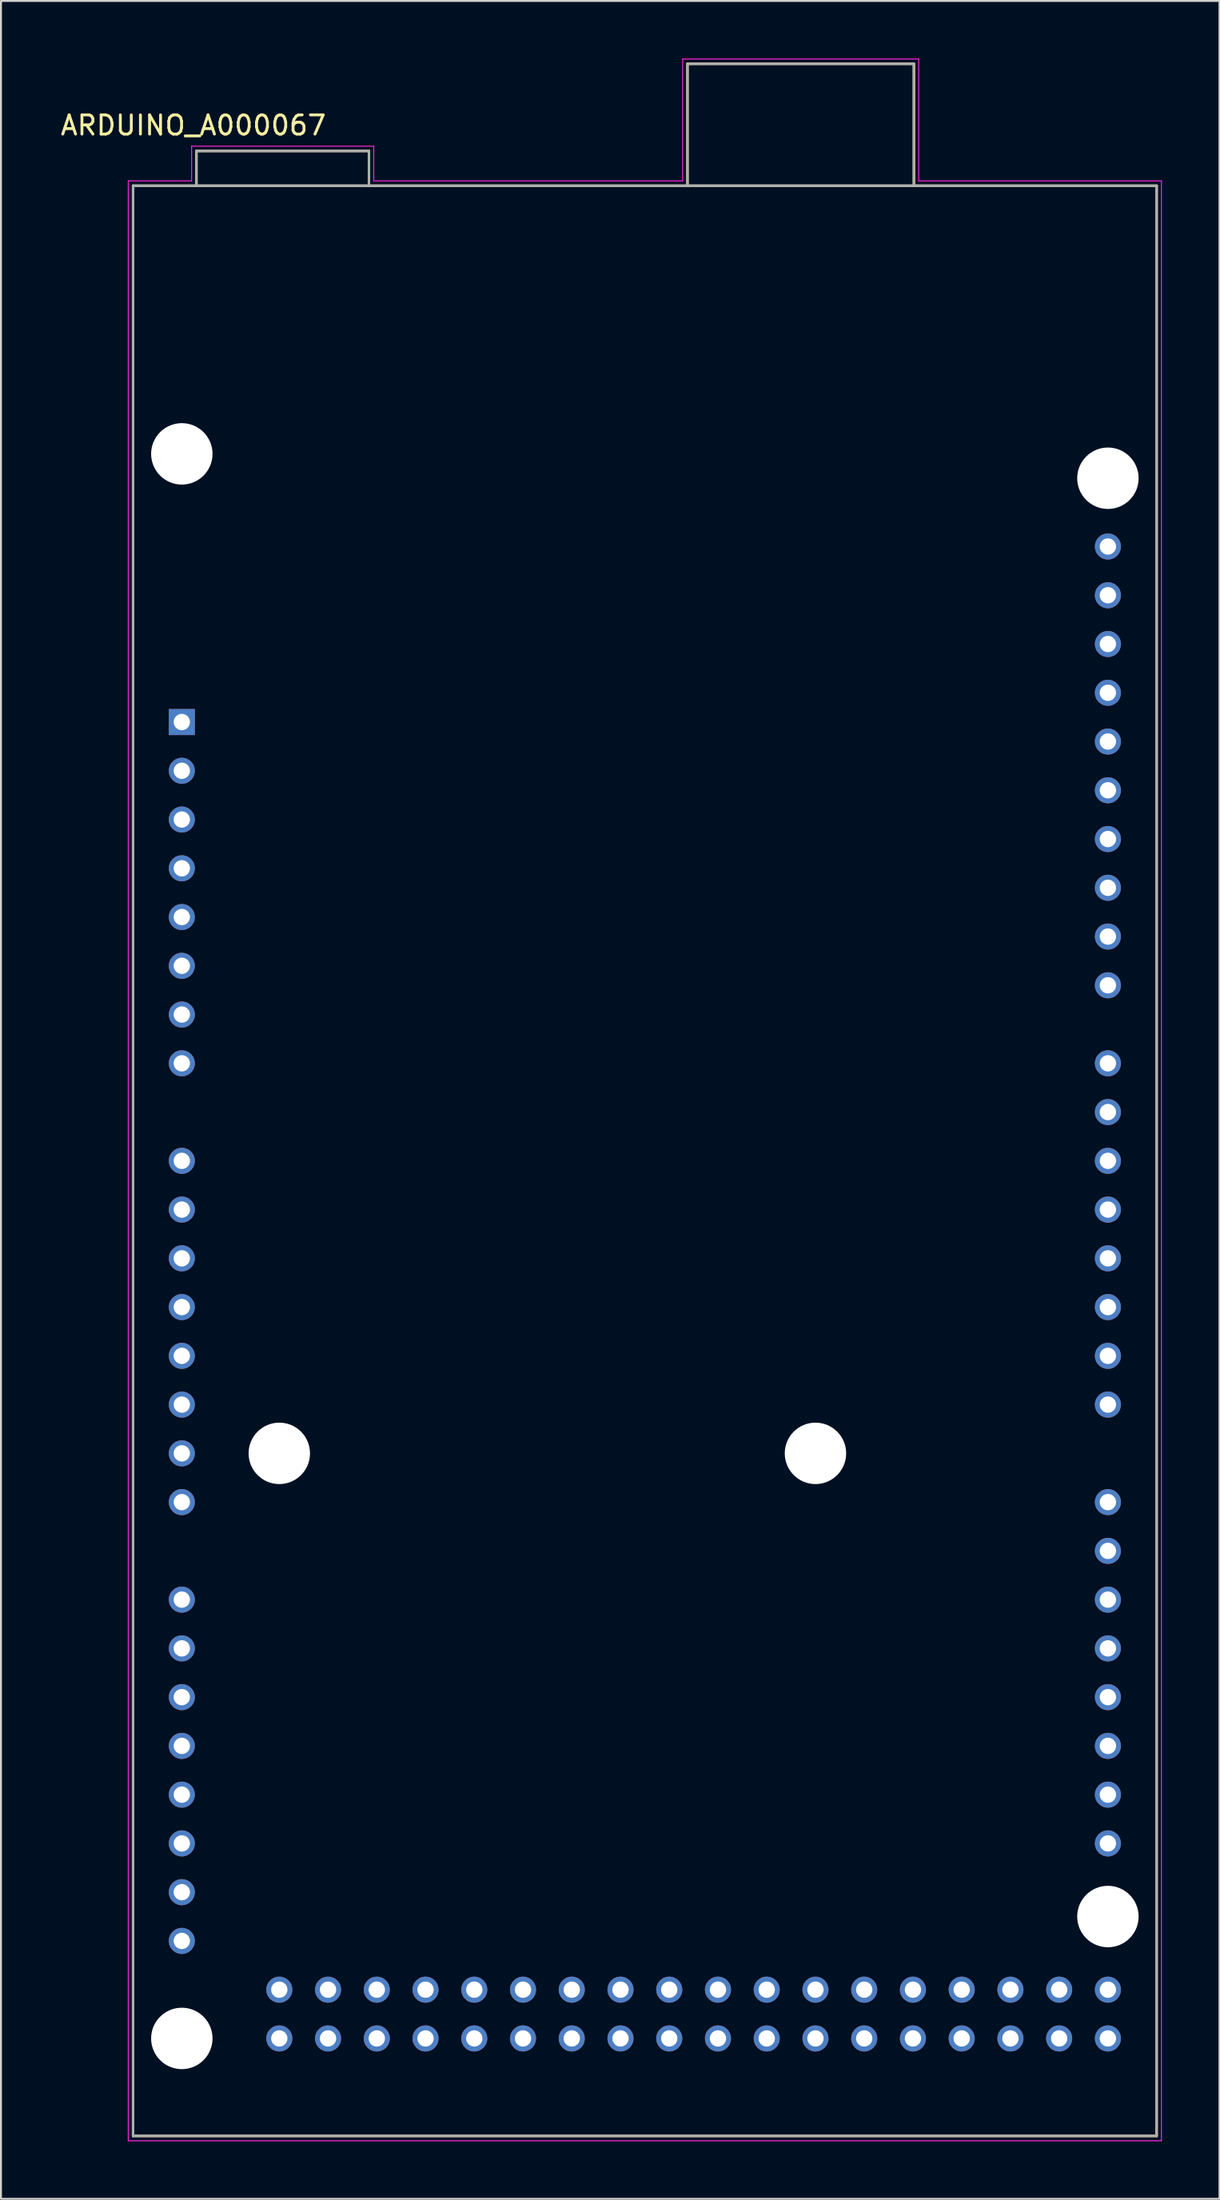
<source format=kicad_pcb>
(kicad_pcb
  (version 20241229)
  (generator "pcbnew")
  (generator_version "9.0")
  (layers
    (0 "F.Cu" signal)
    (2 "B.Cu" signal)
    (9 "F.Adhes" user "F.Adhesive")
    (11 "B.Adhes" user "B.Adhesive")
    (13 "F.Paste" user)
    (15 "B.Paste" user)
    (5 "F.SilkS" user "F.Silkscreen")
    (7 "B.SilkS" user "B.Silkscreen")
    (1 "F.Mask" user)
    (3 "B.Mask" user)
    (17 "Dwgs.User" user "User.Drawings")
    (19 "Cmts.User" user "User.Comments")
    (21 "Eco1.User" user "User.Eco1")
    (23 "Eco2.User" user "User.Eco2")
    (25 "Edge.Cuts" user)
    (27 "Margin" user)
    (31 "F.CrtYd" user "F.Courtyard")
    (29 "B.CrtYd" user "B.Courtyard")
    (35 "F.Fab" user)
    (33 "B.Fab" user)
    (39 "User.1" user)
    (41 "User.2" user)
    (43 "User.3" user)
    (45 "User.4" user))
  (footprint "ARDUINO_A000067"
    (layer "F.Cu")
    (at 30.555 57.425)
    (property "Reference" "ARDUINO_A000067" (at -23.525 -53.945 0) (layer "F.SilkS") (effects (font (size 1 1) (thickness 0.15))))
    (attr through_hole)
    (fp_line (start -26.67 -50.8) (end -23.37 -50.8) (stroke (width 0.127) (type solid)) (layer "F.SilkS"))
    (fp_line (start -26.67 50.8) (end -26.67 -50.8) (stroke (width 0.127) (type solid)) (layer "F.SilkS"))
    (fp_line (start -23.37 -52.61) (end -14.378 -52.61) (stroke (width 0.127) (type solid)) (layer "F.SilkS"))
    (fp_line (start -23.37 -50.8) (end -23.37 -52.61) (stroke (width 0.127) (type solid)) (layer "F.SilkS"))
    (fp_line (start -23.37 -50.8) (end -14.378 -50.8) (stroke (width 0.127) (type solid)) (layer "F.SilkS"))
    (fp_line (start -14.378 -52.61) (end -14.378 -50.8) (stroke (width 0.127) (type solid)) (layer "F.SilkS"))
    (fp_line (start -14.378 -50.8) (end 2.22 -50.8) (stroke (width 0.127) (type solid)) (layer "F.SilkS"))
    (fp_line (start 2.22 -57.15) (end 2.22 -50.8) (stroke (width 0.127) (type solid)) (layer "F.SilkS"))
    (fp_line (start 2.22 -50.8) (end 14.02 -50.8) (stroke (width 0.127) (type solid)) (layer "F.SilkS"))
    (fp_line (start 14.02 -57.15) (end 2.22 -57.15) (stroke (width 0.127) (type solid)) (layer "F.SilkS"))
    (fp_line (start 14.02 -50.8) (end 14.02 -57.15) (stroke (width 0.127) (type solid)) (layer "F.SilkS"))
    (fp_line (start 14.02 -50.8) (end 26.67 -50.8) (stroke (width 0.127) (type solid)) (layer "F.SilkS"))
    (fp_line (start 26.67 -50.8) (end 26.67 50.8) (stroke (width 0.127) (type solid)) (layer "F.SilkS"))
    (fp_line (start 26.67 50.8) (end -26.67 50.8) (stroke (width 0.127) (type solid)) (layer "F.SilkS"))
    (fp_line (start -26.92 -51.05) (end -23.62 -51.05) (stroke (width 0.05) (type solid)) (layer "F.CrtYd"))
    (fp_line (start -26.92 51.05) (end -26.92 -51.05) (stroke (width 0.05) (type solid)) (layer "F.CrtYd"))
    (fp_line (start -23.62 -52.86) (end -14.128 -52.86) (stroke (width 0.05) (type solid)) (layer "F.CrtYd"))
    (fp_line (start -23.62 -51.05) (end -23.62 -52.86) (stroke (width 0.05) (type solid)) (layer "F.CrtYd"))
    (fp_line (start -14.128 -52.86) (end -14.128 -51.05) (stroke (width 0.05) (type solid)) (layer "F.CrtYd"))
    (fp_line (start -14.128 -51.05) (end 1.97 -51.05) (stroke (width 0.05) (type solid)) (layer "F.CrtYd"))
    (fp_line (start 1.97 -57.4) (end 14.27 -57.4) (stroke (width 0.05) (type solid)) (layer "F.CrtYd"))
    (fp_line (start 1.97 -51.05) (end 1.97 -57.4) (stroke (width 0.05) (type solid)) (layer "F.CrtYd"))
    (fp_line (start 14.27 -57.4) (end 14.27 -51.05) (stroke (width 0.05) (type solid)) (layer "F.CrtYd"))
    (fp_line (start 14.27 -51.05) (end 26.92 -51.05) (stroke (width 0.05) (type solid)) (layer "F.CrtYd"))
    (fp_line (start 26.92 -51.05) (end 26.92 51.05) (stroke (width 0.05) (type solid)) (layer "F.CrtYd"))
    (fp_line (start 26.92 51.05) (end -26.92 51.05) (stroke (width 0.05) (type solid)) (layer "F.CrtYd"))
    (fp_line (start -26.67 -50.8) (end -23.37 -50.8) (stroke (width 0.127) (type solid)) (layer "F.Fab"))
    (fp_line (start -26.67 50.8) (end -26.67 -50.8) (stroke (width 0.127) (type solid)) (layer "F.Fab"))
    (fp_line (start -23.37 -52.61) (end -14.378 -52.61) (stroke (width 0.127) (type solid)) (layer "F.Fab"))
    (fp_line (start -23.37 -50.8) (end -23.37 -52.61) (stroke (width 0.127) (type solid)) (layer "F.Fab"))
    (fp_line (start -23.37 -50.8) (end -14.378 -50.8) (stroke (width 0.127) (type solid)) (layer "F.Fab"))
    (fp_line (start -14.378 -52.61) (end -14.378 -50.8) (stroke (width 0.127) (type solid)) (layer "F.Fab"))
    (fp_line (start -14.378 -50.8) (end 2.22 -50.8) (stroke (width 0.127) (type solid)) (layer "F.Fab"))
    (fp_line (start 2.22 -57.15) (end 2.22 -50.8) (stroke (width 0.127) (type solid)) (layer "F.Fab"))
    (fp_line (start 2.22 -50.8) (end 14.02 -50.8) (stroke (width 0.127) (type solid)) (layer "F.Fab"))
    (fp_line (start 14.02 -57.15) (end 2.22 -57.15) (stroke (width 0.127) (type solid)) (layer "F.Fab"))
    (fp_line (start 14.02 -50.8) (end 14.02 -57.15) (stroke (width 0.127) (type solid)) (layer "F.Fab"))
    (fp_line (start 14.02 -50.8) (end 26.67 -50.8) (stroke (width 0.127) (type solid)) (layer "F.Fab"))
    (fp_line (start 26.67 -50.8) (end 26.67 50.8) (stroke (width 0.127) (type solid)) (layer "F.Fab"))
    (fp_line (start 26.67 50.8) (end -26.67 50.8) (stroke (width 0.127) (type solid)) (layer "F.Fab"))
    (pad "" np_thru_hole circle (at -24.13 -36.83) (size 3.2 3.2) (drill 3.2) (layers "*.Cu" "*.Mask"))
    (pad "" np_thru_hole circle (at -24.13 45.72) (size 3.2 3.2) (drill 3.2) (layers "*.Cu" "*.Mask"))
    (pad "" np_thru_hole circle (at -19.05 15.24) (size 3.2 3.2) (drill 3.2) (layers "*.Cu" "*.Mask"))
    (pad "" np_thru_hole circle (at 8.89 15.24) (size 3.2 3.2) (drill 3.2) (layers "*.Cu" "*.Mask"))
    (pad "" np_thru_hole circle (at 24.13 -35.56) (size 3.2 3.2) (drill 3.2) (layers "*.Cu" "*.Mask"))
    (pad "" np_thru_hole circle (at 24.13 39.37) (size 3.2 3.2) (drill 3.2) (layers "*.Cu" "*.Mask"))
    (pad "0" thru_hole circle (at 24.13 12.7) (size 1.358 1.358) (drill 0.85) (layers "*.Cu" "*.Mask"))
    (pad "1" thru_hole circle (at 24.13 10.16) (size 1.358 1.358) (drill 0.85) (layers "*.Cu" "*.Mask"))
    (pad "2" thru_hole circle (at 24.13 7.62) (size 1.358 1.358) (drill 0.85) (layers "*.Cu" "*.Mask"))
    (pad "3" thru_hole circle (at 24.13 5.08) (size 1.358 1.358) (drill 0.85) (layers "*.Cu" "*.Mask"))
    (pad "3V3" thru_hole circle (at -24.13 -15.24) (size 1.358 1.358) (drill 0.85) (layers "*.Cu" "*.Mask"))
    (pad "4" thru_hole circle (at 24.13 2.54) (size 1.358 1.358) (drill 0.85) (layers "*.Cu" "*.Mask"))
    (pad "5" thru_hole circle (at 24.13 0) (size 1.358 1.358) (drill 0.85) (layers "*.Cu" "*.Mask"))
    (pad "5V_1" thru_hole circle (at -24.13 -12.7) (size 1.358 1.358) (drill 0.85) (layers "*.Cu" "*.Mask"))
    (pad "5V_2" thru_hole circle (at 24.13 43.18) (size 1.358 1.358) (drill 0.85) (layers "*.Cu" "*.Mask"))
    (pad "5V_3" thru_hole circle (at 24.13 45.72) (size 1.358 1.358) (drill 0.85) (layers "*.Cu" "*.Mask"))
    (pad "6" thru_hole circle (at 24.13 -2.54) (size 1.358 1.358) (drill 0.85) (layers "*.Cu" "*.Mask"))
    (pad "7" thru_hole circle (at 24.13 -5.08) (size 1.358 1.358) (drill 0.85) (layers "*.Cu" "*.Mask"))
    (pad "8" thru_hole circle (at 24.13 -9.144) (size 1.358 1.358) (drill 0.85) (layers "*.Cu" "*.Mask"))
    (pad "9" thru_hole circle (at 24.13 -11.684) (size 1.358 1.358) (drill 0.85) (layers "*.Cu" "*.Mask"))
    (pad "10" thru_hole circle (at 24.13 -14.224) (size 1.358 1.358) (drill 0.85) (layers "*.Cu" "*.Mask"))
    (pad "11" thru_hole circle (at 24.13 -16.764) (size 1.358 1.358) (drill 0.85) (layers "*.Cu" "*.Mask"))
    (pad "12" thru_hole circle (at 24.13 -19.304) (size 1.358 1.358) (drill 0.85) (layers "*.Cu" "*.Mask"))
    (pad "13" thru_hole circle (at 24.13 -21.844) (size 1.358 1.358) (drill 0.85) (layers "*.Cu" "*.Mask"))
    (pad "14" thru_hole circle (at 24.13 17.78) (size 1.358 1.358) (drill 0.85) (layers "*.Cu" "*.Mask"))
    (pad "15" thru_hole circle (at 24.13 20.32) (size 1.358 1.358) (drill 0.85) (layers "*.Cu" "*.Mask"))
    (pad "16" thru_hole circle (at 24.13 22.86) (size 1.358 1.358) (drill 0.85) (layers "*.Cu" "*.Mask"))
    (pad "17" thru_hole circle (at 24.13 25.4) (size 1.358 1.358) (drill 0.85) (layers "*.Cu" "*.Mask"))
    (pad "18" thru_hole circle (at 24.13 27.94) (size 1.358 1.358) (drill 0.85) (layers "*.Cu" "*.Mask"))
    (pad "19" thru_hole circle (at 24.13 30.48) (size 1.358 1.358) (drill 0.85) (layers "*.Cu" "*.Mask"))
    (pad "20" thru_hole circle (at 24.13 33.02) (size 1.358 1.358) (drill 0.85) (layers "*.Cu" "*.Mask"))
    (pad "21" thru_hole circle (at 24.13 35.56) (size 1.358 1.358) (drill 0.85) (layers "*.Cu" "*.Mask"))
    (pad "22" thru_hole circle (at 21.59 43.18) (size 1.358 1.358) (drill 0.85) (layers "*.Cu" "*.Mask"))
    (pad "23" thru_hole circle (at 21.59 45.72) (size 1.358 1.358) (drill 0.85) (layers "*.Cu" "*.Mask"))
    (pad "24" thru_hole circle (at 19.05 43.18) (size 1.358 1.358) (drill 0.85) (layers "*.Cu" "*.Mask"))
    (pad "25" thru_hole circle (at 19.05 45.72) (size 1.358 1.358) (drill 0.85) (layers "*.Cu" "*.Mask"))
    (pad "26" thru_hole circle (at 16.51 43.18) (size 1.358 1.358) (drill 0.85) (layers "*.Cu" "*.Mask"))
    (pad "27" thru_hole circle (at 16.51 45.72) (size 1.358 1.358) (drill 0.85) (layers "*.Cu" "*.Mask"))
    (pad "28" thru_hole circle (at 13.97 43.18) (size 1.358 1.358) (drill 0.85) (layers "*.Cu" "*.Mask"))
    (pad "29" thru_hole circle (at 13.97 45.72) (size 1.358 1.358) (drill 0.85) (layers "*.Cu" "*.Mask"))
    (pad "30" thru_hole circle (at 11.43 43.18) (size 1.358 1.358) (drill 0.85) (layers "*.Cu" "*.Mask"))
    (pad "31" thru_hole circle (at 11.43 45.72) (size 1.358 1.358) (drill 0.85) (layers "*.Cu" "*.Mask"))
    (pad "32" thru_hole circle (at 8.89 43.18) (size 1.358 1.358) (drill 0.85) (layers "*.Cu" "*.Mask"))
    (pad "33" thru_hole circle (at 8.89 45.72) (size 1.358 1.358) (drill 0.85) (layers "*.Cu" "*.Mask"))
    (pad "34" thru_hole circle (at 6.35 43.18) (size 1.358 1.358) (drill 0.85) (layers "*.Cu" "*.Mask"))
    (pad "35" thru_hole circle (at 6.35 45.72) (size 1.358 1.358) (drill 0.85) (layers "*.Cu" "*.Mask"))
    (pad "36" thru_hole circle (at 3.81 43.18) (size 1.358 1.358) (drill 0.85) (layers "*.Cu" "*.Mask"))
    (pad "37" thru_hole circle (at 3.81 45.72) (size 1.358 1.358) (drill 0.85) (layers "*.Cu" "*.Mask"))
    (pad "38" thru_hole circle (at 1.27 43.18) (size 1.358 1.358) (drill 0.85) (layers "*.Cu" "*.Mask"))
    (pad "39" thru_hole circle (at 1.27 45.72) (size 1.358 1.358) (drill 0.85) (layers "*.Cu" "*.Mask"))
    (pad "40" thru_hole circle (at -1.27 43.18) (size 1.358 1.358) (drill 0.85) (layers "*.Cu" "*.Mask"))
    (pad "41" thru_hole circle (at -1.27 45.72) (size 1.358 1.358) (drill 0.85) (layers "*.Cu" "*.Mask"))
    (pad "42" thru_hole circle (at -3.81 43.18) (size 1.358 1.358) (drill 0.85) (layers "*.Cu" "*.Mask"))
    (pad "43" thru_hole circle (at -3.81 45.72) (size 1.358 1.358) (drill 0.85) (layers "*.Cu" "*.Mask"))
    (pad "44" thru_hole circle (at -6.35 43.18) (size 1.358 1.358) (drill 0.85) (layers "*.Cu" "*.Mask"))
    (pad "45" thru_hole circle (at -6.35 45.72) (size 1.358 1.358) (drill 0.85) (layers "*.Cu" "*.Mask"))
    (pad "46" thru_hole circle (at -8.89 43.18) (size 1.358 1.358) (drill 0.85) (layers "*.Cu" "*.Mask"))
    (pad "47" thru_hole circle (at -8.89 45.72) (size 1.358 1.358) (drill 0.85) (layers "*.Cu" "*.Mask"))
    (pad "48" thru_hole circle (at -11.43 43.18) (size 1.358 1.358) (drill 0.85) (layers "*.Cu" "*.Mask"))
    (pad "49" thru_hole circle (at -11.43 45.72) (size 1.358 1.358) (drill 0.85) (layers "*.Cu" "*.Mask"))
    (pad "50" thru_hole circle (at -13.97 43.18) (size 1.358 1.358) (drill 0.85) (layers "*.Cu" "*.Mask"))
    (pad "51" thru_hole circle (at -13.97 45.72) (size 1.358 1.358) (drill 0.85) (layers "*.Cu" "*.Mask"))
    (pad "52" thru_hole circle (at -16.51 43.18) (size 1.358 1.358) (drill 0.85) (layers "*.Cu" "*.Mask"))
    (pad "53" thru_hole circle (at -16.51 45.72) (size 1.358 1.358) (drill 0.85) (layers "*.Cu" "*.Mask"))
    (pad "AD0" thru_hole circle (at -24.13 0) (size 1.358 1.358) (drill 0.85) (layers "*.Cu" "*.Mask"))
    (pad "AD1" thru_hole circle (at -24.13 2.54) (size 1.358 1.358) (drill 0.85) (layers "*.Cu" "*.Mask"))
    (pad "AD2" thru_hole circle (at -24.13 5.08) (size 1.358 1.358) (drill 0.85) (layers "*.Cu" "*.Mask"))
    (pad "AD3" thru_hole circle (at -24.13 7.62) (size 1.358 1.358) (drill 0.85) (layers "*.Cu" "*.Mask"))
    (pad "AD4" thru_hole circle (at -24.13 10.16) (size 1.358 1.358) (drill 0.85) (layers "*.Cu" "*.Mask"))
    (pad "AD5" thru_hole circle (at -24.13 12.7) (size 1.358 1.358) (drill 0.85) (layers "*.Cu" "*.Mask"))
    (pad "AD6" thru_hole circle (at -24.13 15.24) (size 1.358 1.358) (drill 0.85) (layers "*.Cu" "*.Mask"))
    (pad "AD7" thru_hole circle (at -24.13 17.78) (size 1.358 1.358) (drill 0.85) (layers "*.Cu" "*.Mask"))
    (pad "AD8" thru_hole circle (at -24.13 22.86) (size 1.358 1.358) (drill 0.85) (layers "*.Cu" "*.Mask"))
    (pad "AD9" thru_hole circle (at -24.13 25.4) (size 1.358 1.358) (drill 0.85) (layers "*.Cu" "*.Mask"))
    (pad "AD10" thru_hole circle (at -24.13 27.94) (size 1.358 1.358) (drill 0.85) (layers "*.Cu" "*.Mask"))
    (pad "AD11" thru_hole circle (at -24.13 30.48) (size 1.358 1.358) (drill 0.85) (layers "*.Cu" "*.Mask"))
    (pad "AD12" thru_hole circle (at -24.13 33.02) (size 1.358 1.358) (drill 0.85) (layers "*.Cu" "*.Mask"))
    (pad "AD13" thru_hole circle (at -24.13 35.56) (size 1.358 1.358) (drill 0.85) (layers "*.Cu" "*.Mask"))
    (pad "AD14" thru_hole circle (at -24.13 38.1) (size 1.358 1.358) (drill 0.85) (layers "*.Cu" "*.Mask"))
    (pad "AD15" thru_hole circle (at -24.13 40.64) (size 1.358 1.358) (drill 0.85) (layers "*.Cu" "*.Mask"))
    (pad "AREF" thru_hole circle (at 24.13 -26.924) (size 1.358 1.358) (drill 0.85) (layers "*.Cu" "*.Mask"))
    (pad "GND1" thru_hole circle (at -24.13 -10.16) (size 1.358 1.358) (drill 0.85) (layers "*.Cu" "*.Mask"))
    (pad "GND2" thru_hole circle (at -24.13 -7.62) (size 1.358 1.358) (drill 0.85) (layers "*.Cu" "*.Mask"))
    (pad "GND3" thru_hole circle (at 24.13 -24.384) (size 1.358 1.358) (drill 0.85) (layers "*.Cu" "*.Mask"))
    (pad "GND4" thru_hole circle (at -19.05 43.18) (size 1.358 1.358) (drill 0.85) (layers "*.Cu" "*.Mask"))
    (pad "GND5" thru_hole circle (at -19.05 45.72) (size 1.358 1.358) (drill 0.85) (layers "*.Cu" "*.Mask"))
    (pad "IOREF" thru_hole circle (at -24.13 -20.32) (size 1.358 1.358) (drill 0.85) (layers "*.Cu" "*.Mask"))
    (pad "NC" thru_hole rect (at -24.13 -22.86) (size 1.358 1.358) (drill 0.85) (layers "*.Cu" "*.Mask"))
    (pad "RESET" thru_hole circle (at -24.13 -17.78) (size 1.358 1.358) (drill 0.85) (layers "*.Cu" "*.Mask"))
    (pad "SCL" thru_hole circle (at 24.13 -32.004) (size 1.358 1.358) (drill 0.85) (layers "*.Cu" "*.Mask"))
    (pad "SDA" thru_hole circle (at 24.13 -29.464) (size 1.358 1.358) (drill 0.85) (layers "*.Cu" "*.Mask"))
    (pad "VIN" thru_hole circle (at -24.13 -5.08) (size 1.358 1.358) (drill 0.85) (layers "*.Cu" "*.Mask")))
  (gr_rect
    (start -3 -3)
    (end 60.5 111.5)
    (stroke (width 0.1) (type default))
    (fill no)
    (layer "Edge.Cuts")))
</source>
